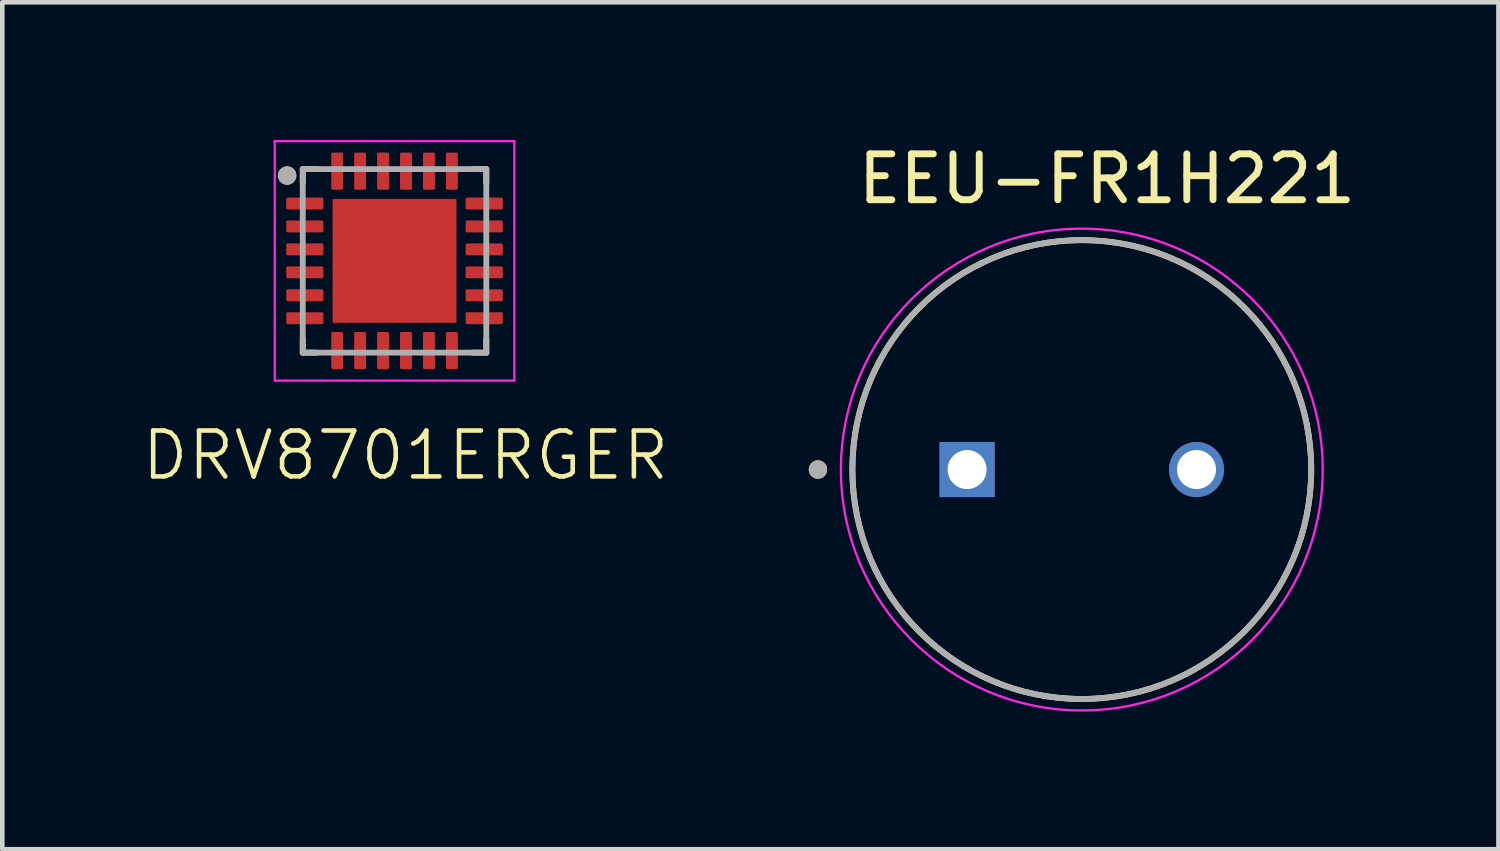
<source format=kicad_pcb>
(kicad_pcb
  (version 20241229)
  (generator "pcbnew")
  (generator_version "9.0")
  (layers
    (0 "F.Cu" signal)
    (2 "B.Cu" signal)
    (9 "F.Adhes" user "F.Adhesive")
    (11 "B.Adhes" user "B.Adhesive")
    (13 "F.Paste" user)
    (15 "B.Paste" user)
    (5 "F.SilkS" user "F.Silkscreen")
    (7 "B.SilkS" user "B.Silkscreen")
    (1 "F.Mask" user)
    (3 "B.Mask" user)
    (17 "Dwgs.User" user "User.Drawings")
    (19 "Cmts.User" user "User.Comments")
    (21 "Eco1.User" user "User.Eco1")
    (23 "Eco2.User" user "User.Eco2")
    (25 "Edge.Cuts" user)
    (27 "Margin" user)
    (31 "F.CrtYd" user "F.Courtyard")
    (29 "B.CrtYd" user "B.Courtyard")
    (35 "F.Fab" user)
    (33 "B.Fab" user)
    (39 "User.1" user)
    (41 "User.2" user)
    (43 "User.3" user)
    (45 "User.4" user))
  (footprint "EEU-FR1H221"
    (layer "F.Cu")
    (at 20.526 7.183)
    (property "Reference" "EEU-FR1H221" (at 0.55 -6.335 0) (layer "F.SilkS") (effects (font (size 1 1) (thickness 0.15))))
    (attr through_hole)
    (fp_circle (center -5.75 0) (end -5.65 0) (stroke (width 0.2) (type solid)) (fill no) (layer "F.SilkS"))
    (fp_circle (center 0 0) (end 5 0) (stroke (width 0.127) (type solid)) (fill no) (layer "F.SilkS"))
    (fp_circle (center 0 0) (end 5.25 0) (stroke (width 0.05) (type solid)) (fill no) (layer "F.CrtYd"))
    (fp_circle (center -5.75 0) (end -5.65 0) (stroke (width 0.2) (type solid)) (fill no) (layer "F.Fab"))
    (fp_circle (center 0 0) (end 5 0) (stroke (width 0.127) (type solid)) (fill no) (layer "F.Fab"))
    (pad "N" thru_hole circle (at 2.5 0) (size 1.2 1.2) (drill 0.85) (layers "*.Cu" "*.Mask"))
    (pad "P" thru_hole rect (at -2.5 0) (size 1.2 1.2) (drill 0.85) (layers "*.Cu" "*.Mask")))
  (footprint "DRV8701ERGER"
    (layer "F.Cu")
    (at 5.648 2.735)
    (property "Reference" "DRV8701ERGER" (at 0.14 4.14 0) (unlocked yes) (layer "F.SilkS") (effects (font (size 1 1) (thickness 0.1))))
    (attr smd)
    (fp_line (start -2.1 -2.1) (end -2.1 -1.8) (stroke (width 0.127) (type solid)) (layer "F.SilkS"))
    (fp_line (start -2.1 -2.1) (end -1.8 -2.1) (stroke (width 0.127) (type solid)) (layer "F.SilkS"))
    (fp_line (start -2.1 1.9) (end -2.1 1.6) (stroke (width 0.127) (type solid)) (layer "F.SilkS"))
    (fp_line (start -2.1 1.9) (end -1.8 1.9) (stroke (width 0.127) (type solid)) (layer "F.SilkS"))
    (fp_line (start 1.9 -2.1) (end 1.6 -2.1) (stroke (width 0.127) (type solid)) (layer "F.SilkS"))
    (fp_line (start 1.9 -2.1) (end 1.9 -1.8) (stroke (width 0.127) (type solid)) (layer "F.SilkS"))
    (fp_line (start 1.9 1.9) (end 1.6 1.9) (stroke (width 0.127) (type solid)) (layer "F.SilkS"))
    (fp_line (start 1.9 1.9) (end 1.9 1.6) (stroke (width 0.127) (type solid)) (layer "F.SilkS"))
    (fp_circle (center -2.44 -1.96) (end -2.34 -1.96) (stroke (width 0.2) (type solid)) (fill no) (layer "F.SilkS"))
    (fp_poly (pts (xy -1.43 -1.43) (xy -0.2 -1.43) (xy -0.2 -0.2) (xy -1.43 -0.2)) (stroke (width 0.01) (type solid)) (fill yes) (layer "F.Paste"))
    (fp_poly (pts (xy -1.43 0) (xy -0.2 0) (xy -0.2 1.23) (xy -1.43 1.23)) (stroke (width 0.01) (type solid)) (fill yes) (layer "F.Paste"))
    (fp_poly (pts (xy 0 -1.43) (xy 1.23 -1.43) (xy 1.23 -0.2) (xy 0 -0.2)) (stroke (width 0.01) (type solid)) (fill yes) (layer "F.Paste"))
    (fp_poly (pts (xy 0 0) (xy 1.23 0) (xy 1.23 1.23) (xy 0 1.23)) (stroke (width 0.01) (type solid)) (fill yes) (layer "F.Paste"))
    (fp_line (start -2.71 -2.71) (end 2.51 -2.71) (stroke (width 0.05) (type solid)) (layer "F.CrtYd"))
    (fp_line (start -2.71 2.51) (end -2.71 -2.71) (stroke (width 0.05) (type solid)) (layer "F.CrtYd"))
    (fp_line (start -2.71 2.51) (end 2.51 2.51) (stroke (width 0.05) (type solid)) (layer "F.CrtYd"))
    (fp_line (start 2.51 2.51) (end 2.51 -2.71) (stroke (width 0.05) (type solid)) (layer "F.CrtYd"))
    (fp_line (start -2.1 1.9) (end -2.1 -2.1) (stroke (width 0.127) (type solid)) (layer "F.Fab"))
    (fp_line (start 1.9 -2.1) (end -2.1 -2.1) (stroke (width 0.127) (type solid)) (layer "F.Fab"))
    (fp_line (start 1.9 1.9) (end -2.1 1.9) (stroke (width 0.127) (type solid)) (layer "F.Fab"))
    (fp_line (start 1.9 1.9) (end 1.9 -2.1) (stroke (width 0.127) (type solid)) (layer "F.Fab"))
    (fp_circle (center -2.44 -1.96) (end -2.34 -1.96) (stroke (width 0.2) (type solid)) (fill no) (layer "F.Fab"))
    (pad "1" smd roundrect (at -2.055 -1.35) (size 0.81 0.26) (layers "F.Cu" "F.Mask" "F.Paste") (roundrect_rratio 0.125))
    (pad "2" smd roundrect (at -2.055 -0.85) (size 0.81 0.26) (layers "F.Cu" "F.Mask" "F.Paste") (roundrect_rratio 0.125))
    (pad "3" smd roundrect (at -2.055 -0.35) (size 0.81 0.26) (layers "F.Cu" "F.Mask" "F.Paste") (roundrect_rratio 0.125))
    (pad "4" smd roundrect (at -2.055 0.15) (size 0.81 0.26) (layers "F.Cu" "F.Mask" "F.Paste") (roundrect_rratio 0.125))
    (pad "5" smd roundrect (at -2.055 0.65) (size 0.81 0.26) (layers "F.Cu" "F.Mask" "F.Paste") (roundrect_rratio 0.125))
    (pad "6" smd roundrect (at -2.055 1.15) (size 0.81 0.26) (layers "F.Cu" "F.Mask" "F.Paste") (roundrect_rratio 0.125))
    (pad "7" smd roundrect (at -1.35 1.855) (size 0.26 0.81) (layers "F.Cu" "F.Mask" "F.Paste") (roundrect_rratio 0.125))
    (pad "8" smd roundrect (at -0.85 1.855) (size 0.26 0.81) (layers "F.Cu" "F.Mask" "F.Paste") (roundrect_rratio 0.125))
    (pad "9" smd roundrect (at -0.35 1.855) (size 0.26 0.81) (layers "F.Cu" "F.Mask" "F.Paste") (roundrect_rratio 0.125))
    (pad "10" smd roundrect (at 0.15 1.855) (size 0.26 0.81) (layers "F.Cu" "F.Mask" "F.Paste") (roundrect_rratio 0.125))
    (pad "11" smd roundrect (at 0.65 1.855) (size 0.26 0.81) (layers "F.Cu" "F.Mask" "F.Paste") (roundrect_rratio 0.125))
    (pad "12" smd roundrect (at 1.15 1.855) (size 0.26 0.81) (layers "F.Cu" "F.Mask" "F.Paste") (roundrect_rratio 0.125))
    (pad "13" smd roundrect (at 1.855 1.15) (size 0.81 0.26) (layers "F.Cu" "F.Mask" "F.Paste") (roundrect_rratio 0.125))
    (pad "14" smd roundrect (at 1.855 0.65) (size 0.81 0.26) (layers "F.Cu" "F.Mask" "F.Paste") (roundrect_rratio 0.125))
    (pad "15" smd roundrect (at 1.855 0.15) (size 0.81 0.26) (layers "F.Cu" "F.Mask" "F.Paste") (roundrect_rratio 0.125))
    (pad "16" smd roundrect (at 1.855 -0.35) (size 0.81 0.26) (layers "F.Cu" "F.Mask" "F.Paste") (roundrect_rratio 0.125))
    (pad "17" smd roundrect (at 1.855 -0.85) (size 0.81 0.26) (layers "F.Cu" "F.Mask" "F.Paste") (roundrect_rratio 0.125))
    (pad "18" smd roundrect (at 1.855 -1.35) (size 0.81 0.26) (layers "F.Cu" "F.Mask" "F.Paste") (roundrect_rratio 0.125))
    (pad "19" smd roundrect (at 1.15 -2.055) (size 0.26 0.81) (layers "F.Cu" "F.Mask" "F.Paste") (roundrect_rratio 0.125))
    (pad "20" smd roundrect (at 0.65 -2.055) (size 0.26 0.81) (layers "F.Cu" "F.Mask" "F.Paste") (roundrect_rratio 0.125))
    (pad "21" smd roundrect (at 0.15 -2.055) (size 0.26 0.81) (layers "F.Cu" "F.Mask" "F.Paste") (roundrect_rratio 0.125))
    (pad "22" smd roundrect (at -0.35 -2.055) (size 0.26 0.81) (layers "F.Cu" "F.Mask" "F.Paste") (roundrect_rratio 0.125))
    (pad "23" smd roundrect (at -0.85 -2.055) (size 0.26 0.81) (layers "F.Cu" "F.Mask" "F.Paste") (roundrect_rratio 0.125))
    (pad "24" smd roundrect (at -1.35 -2.055) (size 0.26 0.81) (layers "F.Cu" "F.Mask" "F.Paste") (roundrect_rratio 0.125))
    (pad "25" smd rect (at -0.1 -0.1) (size 2.7 2.7) (layers "F.Cu" "F.Mask")))
  (gr_rect
    (start -3 -3)
    (end 29.606 15.458)
    (stroke (width 0.1) (type default))
    (fill no)
    (layer "Edge.Cuts")))
</source>
